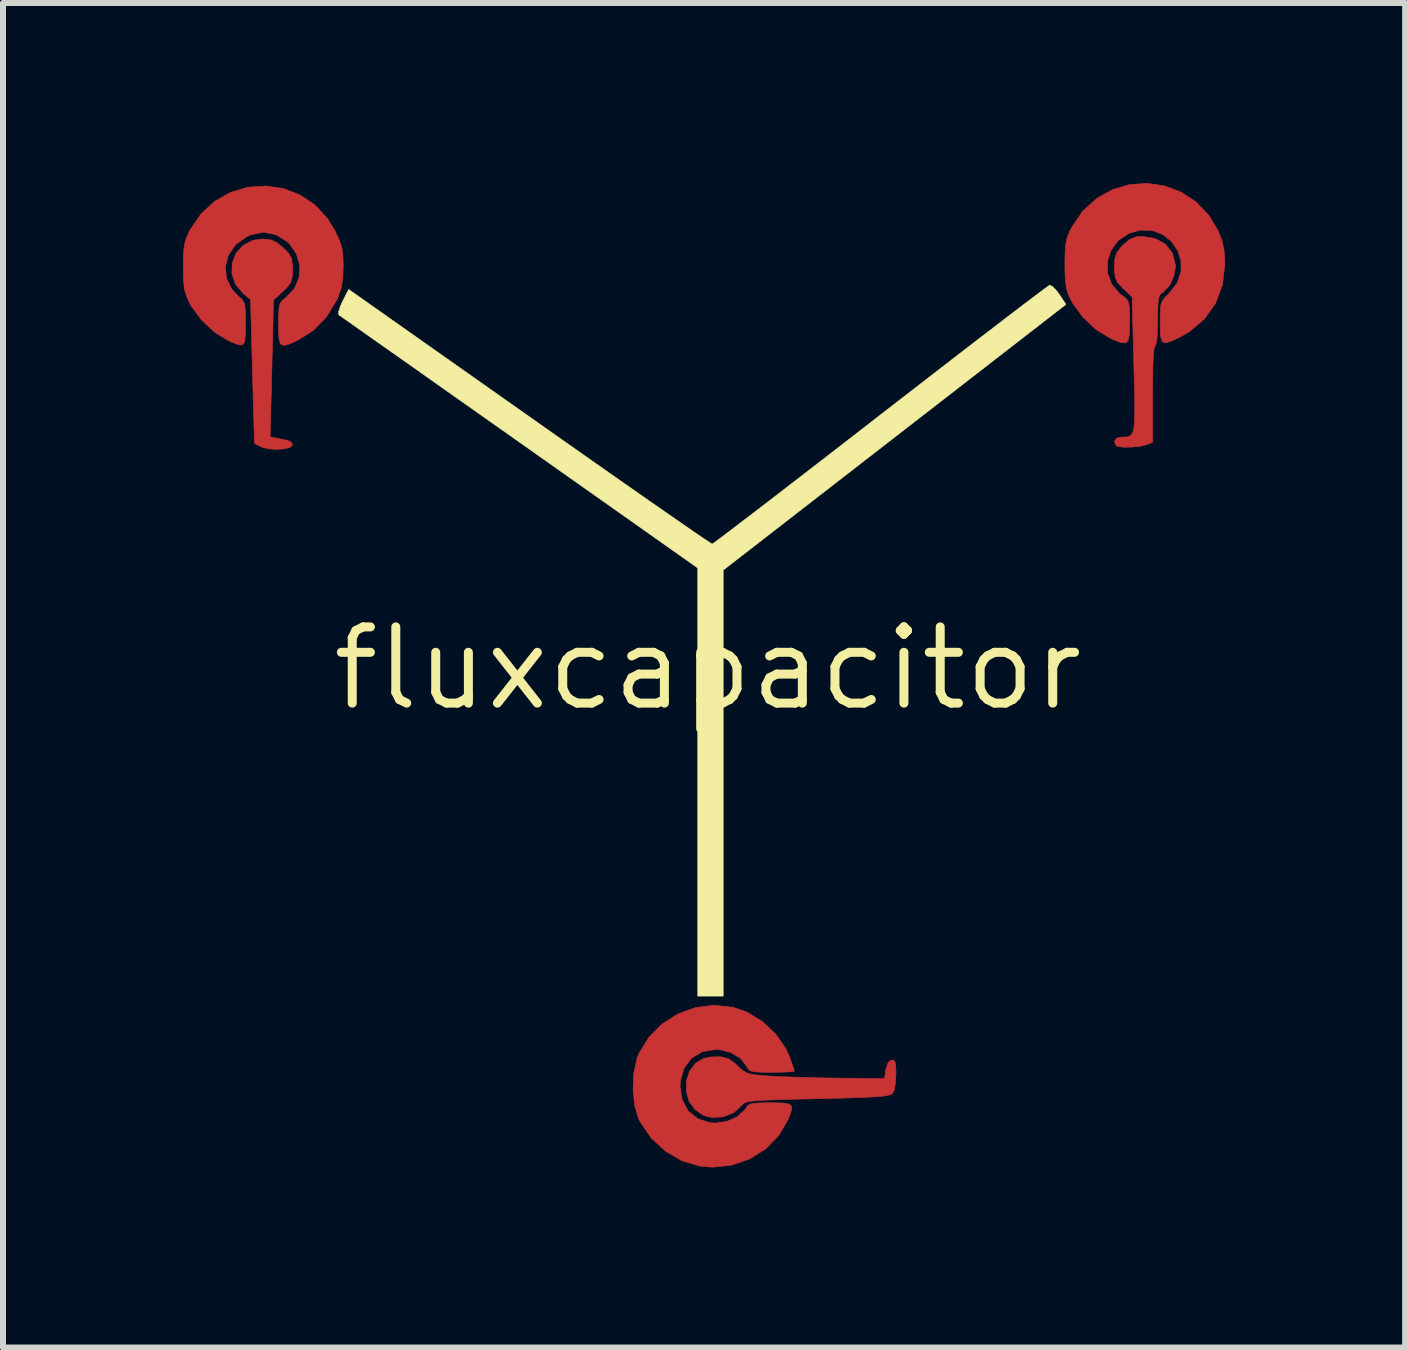
<source format=kicad_pcb>
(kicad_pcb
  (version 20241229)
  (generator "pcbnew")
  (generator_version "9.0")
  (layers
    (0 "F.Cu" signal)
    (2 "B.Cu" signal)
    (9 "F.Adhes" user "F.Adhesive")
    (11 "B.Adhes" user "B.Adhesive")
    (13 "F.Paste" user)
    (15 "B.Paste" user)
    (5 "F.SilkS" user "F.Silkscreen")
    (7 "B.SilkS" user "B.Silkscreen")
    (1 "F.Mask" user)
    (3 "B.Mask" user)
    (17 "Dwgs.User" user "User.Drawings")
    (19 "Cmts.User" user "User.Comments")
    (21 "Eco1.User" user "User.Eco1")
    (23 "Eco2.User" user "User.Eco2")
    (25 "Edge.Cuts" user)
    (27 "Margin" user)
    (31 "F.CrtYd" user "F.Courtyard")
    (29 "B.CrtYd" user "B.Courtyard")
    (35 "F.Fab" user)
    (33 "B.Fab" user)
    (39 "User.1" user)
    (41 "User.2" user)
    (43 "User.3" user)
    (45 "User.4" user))
  (footprint "fluxcapacitor"
    (layer "F.Cu")
    (at 8.746 8.086)
    (property "Reference" "fluxcapacitor" (at 0 0 0) (layer "F.SilkS") (effects (font (size 1.27 1.27) (thickness 0.15))))
    (attr through_hole)
    (fp_poly (pts (xy -7.291 -7.142) (xy -7.184 -7.095) (xy -7.08 -7.009) (xy -6.984 -6.913) (xy -6.937 -6.827) (xy -6.922 -6.712) (xy -6.921 -6.646) (xy -6.928 -6.508) (xy -6.959 -6.415) (xy -7.033 -6.327) (xy -7.08 -6.283) (xy -7.238 -6.138) (xy -7.266 -4.998) (xy -7.295 -3.857) (xy -7.193 -3.835) (xy -7.075 -3.812) (xy -7.006 -3.8) (xy -6.937 -3.764) (xy -6.921 -3.725) (xy -6.959 -3.684) (xy -7.054 -3.658) (xy -7.182 -3.648) (xy -7.315 -3.657) (xy -7.429 -3.684) (xy -7.451 -3.694) (xy -7.556 -3.749) (xy -7.589 -4.947) (xy -7.621 -6.145) (xy -7.745 -6.249) (xy -7.873 -6.403) (xy -7.932 -6.576) (xy -7.926 -6.752) (xy -7.863 -6.914) (xy -7.747 -7.046) (xy -7.585 -7.131) (xy -7.426 -7.154) (xy -7.291 -7.142)) (stroke (width 0.01) (type solid)) (fill yes) (layer "F.Cu"))
    (fp_poly (pts (xy 0.338 6.504) (xy 0.447 6.579) (xy 0.492 6.622) (xy 0.566 6.691) (xy 0.634 6.736) (xy 0.719 6.763) (xy 0.845 6.78) (xy 1.028 6.794) (xy 1.205 6.803) (xy 1.442 6.812) (xy 1.716 6.82) (xy 2.002 6.826) (xy 2.18 6.828) (xy 2.942 6.837) (xy 2.963 6.689) (xy 3.001 6.57) (xy 3.059 6.527) (xy 3.1 6.531) (xy 3.123 6.572) (xy 3.132 6.671) (xy 3.133 6.762) (xy 3.124 6.909) (xy 3.102 7.028) (xy 3.08 7.078) (xy 3.053 7.098) (xy 3.003 7.114) (xy 2.92 7.128) (xy 2.795 7.139) (xy 2.619 7.148) (xy 2.383 7.157) (xy 2.077 7.165) (xy 1.824 7.171) (xy 1.473 7.179) (xy 1.197 7.186) (xy 0.986 7.194) (xy 0.831 7.202) (xy 0.722 7.213) (xy 0.65 7.226) (xy 0.605 7.242) (xy 0.577 7.264) (xy 0.562 7.282) (xy 0.43 7.403) (xy 0.254 7.473) (xy 0.064 7.484) (xy -0.064 7.453) (xy -0.216 7.352) (xy -0.315 7.211) (xy -0.361 7.046) (xy -0.358 6.875) (xy -0.307 6.715) (xy -0.209 6.583) (xy -0.067 6.498) (xy 0.042 6.476) (xy 0.214 6.473) (xy 0.338 6.504)) (stroke (width 0.01) (type solid)) (fill yes) (layer "F.Cu"))
    (fp_poly (pts (xy 7.454 -7.162) (xy 7.625 -7.066) (xy 7.74 -6.916) (xy 7.788 -6.722) (xy 7.789 -6.689) (xy 7.762 -6.529) (xy 7.692 -6.38) (xy 7.595 -6.276) (xy 7.577 -6.265) (xy 7.538 -6.236) (xy 7.514 -6.188) (xy 7.5 -6.103) (xy 7.494 -5.965) (xy 7.493 -5.798) (xy 7.489 -5.602) (xy 7.478 -5.46) (xy 7.46 -5.385) (xy 7.451 -5.376) (xy 7.435 -5.335) (xy 7.422 -5.214) (xy 7.414 -5.019) (xy 7.409 -4.756) (xy 7.408 -4.571) (xy 7.408 -3.766) (xy 7.3 -3.724) (xy 7.194 -3.699) (xy 7.059 -3.686) (xy 6.927 -3.685) (xy 6.83 -3.698) (xy 6.802 -3.711) (xy 6.77 -3.781) (xy 6.811 -3.835) (xy 6.89 -3.853) (xy 6.959 -3.854) (xy 7.013 -3.862) (xy 7.054 -3.887) (xy 7.082 -3.938) (xy 7.1 -4.023) (xy 7.11 -4.152) (xy 7.112 -4.334) (xy 7.109 -4.579) (xy 7.101 -4.895) (xy 7.097 -5.059) (xy 7.068 -6.188) (xy 6.921 -6.327) (xy 6.831 -6.421) (xy 6.788 -6.508) (xy 6.774 -6.627) (xy 6.773 -6.687) (xy 6.781 -6.83) (xy 6.813 -6.927) (xy 6.886 -7.02) (xy 6.917 -7.053) (xy 7.028 -7.147) (xy 7.134 -7.189) (xy 7.237 -7.197) (xy 7.454 -7.162)) (stroke (width 0.01) (type solid)) (fill yes) (layer "F.Cu"))
    (fp_poly (pts (xy 0.415 5.648) (xy 0.651 5.729) (xy 0.908 5.885) (xy 1.13 6.095) (xy 1.298 6.338) (xy 1.352 6.459) (xy 1.399 6.587) (xy 1.431 6.679) (xy 1.439 6.711) (xy 1.4 6.72) (xy 1.295 6.727) (xy 1.144 6.731) (xy 1.065 6.731) (xy 0.885 6.73) (xy 0.772 6.722) (xy 0.705 6.705) (xy 0.668 6.672) (xy 0.643 6.625) (xy 0.541 6.496) (xy 0.383 6.401) (xy 0.191 6.354) (xy 0.127 6.35) (xy -0.094 6.388) (xy -0.271 6.493) (xy -0.396 6.657) (xy -0.459 6.869) (xy -0.465 6.964) (xy -0.429 7.192) (xy -0.328 7.376) (xy -0.17 7.506) (xy 0.035 7.571) (xy 0.127 7.577) (xy 0.319 7.548) (xy 0.49 7.471) (xy 0.613 7.359) (xy 0.634 7.326) (xy 0.666 7.283) (xy 0.718 7.257) (xy 0.809 7.244) (xy 0.959 7.239) (xy 1.039 7.239) (xy 1.226 7.242) (xy 1.34 7.257) (xy 1.391 7.295) (xy 1.391 7.366) (xy 1.35 7.48) (xy 1.336 7.516) (xy 1.179 7.786) (xy 0.961 8.008) (xy 0.696 8.174) (xy 0.396 8.278) (xy 0.075 8.312) (xy -0.13 8.295) (xy -0.428 8.207) (xy -0.705 8.047) (xy -0.942 7.829) (xy -1.124 7.565) (xy -1.157 7.498) (xy -1.221 7.282) (xy -1.247 7.023) (xy -1.235 6.756) (xy -1.186 6.514) (xy -1.152 6.425) (xy -0.985 6.149) (xy -0.762 5.925) (xy -0.498 5.758) (xy -0.204 5.652) (xy 0.105 5.614) (xy 0.415 5.648)) (stroke (width 0.01) (type solid)) (fill yes) (layer "F.Cu"))
    (fp_poly (pts (xy 7.607 -8.039) (xy 7.884 -7.935) (xy 8.135 -7.77) (xy 8.35 -7.542) (xy 8.501 -7.288) (xy 8.566 -7.124) (xy 8.6 -6.965) (xy 8.612 -6.771) (xy 8.612 -6.731) (xy 8.573 -6.39) (xy 8.459 -6.085) (xy 8.274 -5.823) (xy 8.021 -5.609) (xy 7.874 -5.524) (xy 7.719 -5.45) (xy 7.621 -5.422) (xy 7.566 -5.449) (xy 7.541 -5.54) (xy 7.535 -5.705) (xy 7.535 -5.765) (xy 7.537 -5.937) (xy 7.546 -6.048) (xy 7.571 -6.123) (xy 7.618 -6.184) (xy 7.68 -6.243) (xy 7.817 -6.416) (xy 7.882 -6.601) (xy 7.883 -6.788) (xy 7.827 -6.963) (xy 7.723 -7.114) (xy 7.579 -7.229) (xy 7.403 -7.296) (xy 7.203 -7.302) (xy 7.016 -7.248) (xy 6.835 -7.128) (xy 6.715 -6.965) (xy 6.656 -6.778) (xy 6.66 -6.583) (xy 6.729 -6.398) (xy 6.865 -6.239) (xy 6.919 -6.199) (xy 6.972 -6.159) (xy 7.004 -6.109) (xy 7.021 -6.03) (xy 7.027 -5.9) (xy 7.027 -5.774) (xy 7.024 -5.585) (xy 7.006 -5.471) (xy 6.963 -5.422) (xy 6.881 -5.428) (xy 6.75 -5.479) (xy 6.704 -5.5) (xy 6.468 -5.645) (xy 6.251 -5.847) (xy 6.081 -6.079) (xy 6.061 -6.114) (xy 6.006 -6.229) (xy 5.973 -6.335) (xy 5.955 -6.46) (xy 5.949 -6.631) (xy 5.948 -6.731) (xy 5.951 -6.932) (xy 5.963 -7.074) (xy 5.989 -7.186) (xy 6.033 -7.293) (xy 6.061 -7.347) (xy 6.247 -7.62) (xy 6.478 -7.83) (xy 6.74 -7.976) (xy 7.024 -8.06) (xy 7.317 -8.081) (xy 7.607 -8.039)) (stroke (width 0.01) (type solid)) (fill yes) (layer "F.Cu"))
    (fp_poly (pts (xy -7.083 -7.997) (xy -6.807 -7.893) (xy -6.556 -7.728) (xy -6.343 -7.5) (xy -6.224 -7.306) (xy -6.144 -7.141) (xy -6.1 -7.007) (xy -6.081 -6.867) (xy -6.077 -6.694) (xy -6.085 -6.489) (xy -6.114 -6.327) (xy -6.172 -6.169) (xy -6.188 -6.132) (xy -6.356 -5.857) (xy -6.578 -5.629) (xy -6.828 -5.47) (xy -6.976 -5.403) (xy -7.071 -5.379) (xy -7.125 -5.408) (xy -7.148 -5.498) (xy -7.154 -5.659) (xy -7.154 -5.733) (xy -7.153 -5.908) (xy -7.145 -6.02) (xy -7.124 -6.089) (xy -7.084 -6.138) (xy -7.031 -6.178) (xy -6.89 -6.326) (xy -6.813 -6.509) (xy -6.801 -6.709) (xy -6.855 -6.905) (xy -6.974 -7.076) (xy -7.003 -7.104) (xy -7.198 -7.227) (xy -7.404 -7.267) (xy -7.62 -7.223) (xy -7.692 -7.19) (xy -7.873 -7.057) (xy -7.99 -6.886) (xy -8.04 -6.695) (xy -8.022 -6.5) (xy -7.935 -6.317) (xy -7.811 -6.189) (xy -7.759 -6.142) (xy -7.728 -6.087) (xy -7.711 -6.002) (xy -7.705 -5.869) (xy -7.705 -5.741) (xy -7.707 -5.553) (xy -7.72 -5.44) (xy -7.755 -5.389) (xy -7.823 -5.391) (xy -7.934 -5.435) (xy -7.986 -5.458) (xy -8.222 -5.603) (xy -8.439 -5.805) (xy -8.609 -6.037) (xy -8.629 -6.072) (xy -8.683 -6.186) (xy -8.717 -6.292) (xy -8.735 -6.418) (xy -8.741 -6.588) (xy -8.741 -6.689) (xy -8.739 -6.889) (xy -8.727 -7.032) (xy -8.701 -7.143) (xy -8.656 -7.25) (xy -8.629 -7.305) (xy -8.443 -7.576) (xy -8.213 -7.785) (xy -7.951 -7.932) (xy -7.667 -8.016) (xy -7.374 -8.037) (xy -7.083 -7.997)) (stroke (width 0.01) (type solid)) (fill yes) (layer "F.Cu"))
    (fp_poly (pts (xy -7.291 -7.142) (xy -7.184 -7.095) (xy -7.08 -7.009) (xy -6.984 -6.913) (xy -6.937 -6.827) (xy -6.922 -6.712) (xy -6.921 -6.646) (xy -6.928 -6.508) (xy -6.959 -6.415) (xy -7.033 -6.327) (xy -7.08 -6.283) (xy -7.238 -6.138) (xy -7.266 -4.998) (xy -7.295 -3.857) (xy -7.193 -3.835) (xy -7.075 -3.812) (xy -7.006 -3.8) (xy -6.937 -3.764) (xy -6.921 -3.725) (xy -6.959 -3.684) (xy -7.054 -3.658) (xy -7.182 -3.648) (xy -7.315 -3.657) (xy -7.429 -3.684) (xy -7.451 -3.694) (xy -7.556 -3.749) (xy -7.589 -4.947) (xy -7.621 -6.145) (xy -7.745 -6.249) (xy -7.873 -6.403) (xy -7.932 -6.576) (xy -7.926 -6.752) (xy -7.863 -6.914) (xy -7.747 -7.046) (xy -7.585 -7.131) (xy -7.426 -7.154) (xy -7.291 -7.142)) (stroke (width 0.01) (type solid)) (fill yes) (layer "F.Mask"))
    (fp_poly (pts (xy 0.338 6.504) (xy 0.447 6.579) (xy 0.492 6.622) (xy 0.566 6.691) (xy 0.634 6.736) (xy 0.719 6.763) (xy 0.845 6.78) (xy 1.028 6.794) (xy 1.205 6.803) (xy 1.442 6.812) (xy 1.716 6.82) (xy 2.002 6.826) (xy 2.18 6.828) (xy 2.942 6.837) (xy 2.963 6.689) (xy 3.001 6.57) (xy 3.059 6.527) (xy 3.1 6.531) (xy 3.123 6.572) (xy 3.132 6.671) (xy 3.133 6.762) (xy 3.124 6.909) (xy 3.102 7.028) (xy 3.08 7.078) (xy 3.053 7.098) (xy 3.003 7.114) (xy 2.92 7.128) (xy 2.795 7.139) (xy 2.619 7.148) (xy 2.383 7.157) (xy 2.077 7.165) (xy 1.824 7.171) (xy 1.473 7.179) (xy 1.197 7.186) (xy 0.986 7.194) (xy 0.831 7.202) (xy 0.722 7.213) (xy 0.65 7.226) (xy 0.605 7.242) (xy 0.577 7.264) (xy 0.562 7.282) (xy 0.43 7.403) (xy 0.254 7.473) (xy 0.064 7.484) (xy -0.064 7.453) (xy -0.216 7.352) (xy -0.315 7.211) (xy -0.361 7.046) (xy -0.358 6.875) (xy -0.307 6.715) (xy -0.209 6.583) (xy -0.067 6.498) (xy 0.042 6.476) (xy 0.214 6.473) (xy 0.338 6.504)) (stroke (width 0.01) (type solid)) (fill yes) (layer "F.Mask"))
    (fp_poly (pts (xy 7.454 -7.162) (xy 7.625 -7.066) (xy 7.74 -6.916) (xy 7.788 -6.722) (xy 7.789 -6.689) (xy 7.762 -6.529) (xy 7.692 -6.38) (xy 7.595 -6.276) (xy 7.577 -6.265) (xy 7.538 -6.236) (xy 7.514 -6.188) (xy 7.5 -6.103) (xy 7.494 -5.965) (xy 7.493 -5.798) (xy 7.489 -5.602) (xy 7.478 -5.46) (xy 7.46 -5.385) (xy 7.451 -5.376) (xy 7.435 -5.335) (xy 7.422 -5.214) (xy 7.414 -5.019) (xy 7.409 -4.756) (xy 7.408 -4.571) (xy 7.408 -3.766) (xy 7.3 -3.724) (xy 7.194 -3.699) (xy 7.059 -3.686) (xy 6.927 -3.685) (xy 6.83 -3.698) (xy 6.802 -3.711) (xy 6.77 -3.781) (xy 6.811 -3.835) (xy 6.89 -3.853) (xy 6.959 -3.854) (xy 7.013 -3.862) (xy 7.054 -3.887) (xy 7.082 -3.938) (xy 7.1 -4.023) (xy 7.11 -4.152) (xy 7.112 -4.334) (xy 7.109 -4.579) (xy 7.101 -4.895) (xy 7.097 -5.059) (xy 7.068 -6.188) (xy 6.921 -6.327) (xy 6.831 -6.421) (xy 6.788 -6.508) (xy 6.774 -6.627) (xy 6.773 -6.687) (xy 6.781 -6.83) (xy 6.813 -6.927) (xy 6.886 -7.02) (xy 6.917 -7.053) (xy 7.028 -7.147) (xy 7.134 -7.189) (xy 7.237 -7.197) (xy 7.454 -7.162)) (stroke (width 0.01) (type solid)) (fill yes) (layer "F.Mask"))
    (fp_poly (pts (xy 0.415 5.648) (xy 0.651 5.729) (xy 0.908 5.885) (xy 1.13 6.095) (xy 1.298 6.338) (xy 1.352 6.459) (xy 1.399 6.587) (xy 1.431 6.679) (xy 1.439 6.711) (xy 1.4 6.72) (xy 1.295 6.727) (xy 1.144 6.731) (xy 1.065 6.731) (xy 0.885 6.73) (xy 0.772 6.722) (xy 0.705 6.705) (xy 0.668 6.672) (xy 0.643 6.625) (xy 0.541 6.496) (xy 0.383 6.401) (xy 0.191 6.354) (xy 0.127 6.35) (xy -0.094 6.388) (xy -0.271 6.493) (xy -0.396 6.657) (xy -0.459 6.869) (xy -0.465 6.964) (xy -0.429 7.192) (xy -0.328 7.376) (xy -0.17 7.506) (xy 0.035 7.571) (xy 0.127 7.577) (xy 0.319 7.548) (xy 0.49 7.471) (xy 0.613 7.359) (xy 0.634 7.326) (xy 0.666 7.283) (xy 0.718 7.257) (xy 0.809 7.244) (xy 0.959 7.239) (xy 1.039 7.239) (xy 1.226 7.242) (xy 1.34 7.257) (xy 1.391 7.295) (xy 1.391 7.366) (xy 1.35 7.48) (xy 1.336 7.516) (xy 1.179 7.786) (xy 0.961 8.008) (xy 0.696 8.174) (xy 0.396 8.278) (xy 0.075 8.312) (xy -0.13 8.295) (xy -0.428 8.207) (xy -0.705 8.047) (xy -0.942 7.829) (xy -1.124 7.565) (xy -1.157 7.498) (xy -1.221 7.282) (xy -1.247 7.023) (xy -1.235 6.756) (xy -1.186 6.514) (xy -1.152 6.425) (xy -0.985 6.149) (xy -0.762 5.925) (xy -0.498 5.758) (xy -0.204 5.652) (xy 0.105 5.614) (xy 0.415 5.648)) (stroke (width 0.01) (type solid)) (fill yes) (layer "F.Mask"))
    (fp_poly (pts (xy 7.607 -8.039) (xy 7.884 -7.935) (xy 8.135 -7.77) (xy 8.35 -7.542) (xy 8.501 -7.288) (xy 8.566 -7.124) (xy 8.6 -6.965) (xy 8.612 -6.771) (xy 8.612 -6.731) (xy 8.573 -6.39) (xy 8.459 -6.085) (xy 8.274 -5.823) (xy 8.021 -5.609) (xy 7.874 -5.524) (xy 7.719 -5.45) (xy 7.621 -5.422) (xy 7.566 -5.449) (xy 7.541 -5.54) (xy 7.535 -5.705) (xy 7.535 -5.765) (xy 7.537 -5.937) (xy 7.546 -6.048) (xy 7.571 -6.123) (xy 7.618 -6.184) (xy 7.68 -6.243) (xy 7.817 -6.416) (xy 7.882 -6.601) (xy 7.883 -6.788) (xy 7.827 -6.963) (xy 7.723 -7.114) (xy 7.579 -7.229) (xy 7.403 -7.296) (xy 7.203 -7.302) (xy 7.016 -7.248) (xy 6.835 -7.128) (xy 6.715 -6.965) (xy 6.656 -6.778) (xy 6.66 -6.583) (xy 6.729 -6.398) (xy 6.865 -6.239) (xy 6.919 -6.199) (xy 6.972 -6.159) (xy 7.004 -6.109) (xy 7.021 -6.03) (xy 7.027 -5.9) (xy 7.027 -5.774) (xy 7.024 -5.585) (xy 7.006 -5.471) (xy 6.963 -5.422) (xy 6.881 -5.428) (xy 6.75 -5.479) (xy 6.704 -5.5) (xy 6.468 -5.645) (xy 6.251 -5.847) (xy 6.081 -6.079) (xy 6.061 -6.114) (xy 6.006 -6.229) (xy 5.973 -6.335) (xy 5.955 -6.46) (xy 5.949 -6.631) (xy 5.948 -6.731) (xy 5.951 -6.932) (xy 5.963 -7.074) (xy 5.989 -7.186) (xy 6.033 -7.293) (xy 6.061 -7.347) (xy 6.247 -7.62) (xy 6.478 -7.83) (xy 6.74 -7.976) (xy 7.024 -8.06) (xy 7.317 -8.081) (xy 7.607 -8.039)) (stroke (width 0.01) (type solid)) (fill yes) (layer "F.Mask"))
    (fp_poly (pts (xy -7.083 -7.997) (xy -6.807 -7.893) (xy -6.556 -7.728) (xy -6.343 -7.5) (xy -6.224 -7.306) (xy -6.144 -7.141) (xy -6.1 -7.007) (xy -6.081 -6.867) (xy -6.077 -6.694) (xy -6.085 -6.489) (xy -6.114 -6.327) (xy -6.172 -6.169) (xy -6.188 -6.132) (xy -6.356 -5.857) (xy -6.578 -5.629) (xy -6.828 -5.47) (xy -6.976 -5.403) (xy -7.071 -5.379) (xy -7.125 -5.408) (xy -7.148 -5.498) (xy -7.154 -5.659) (xy -7.154 -5.733) (xy -7.153 -5.908) (xy -7.145 -6.02) (xy -7.124 -6.089) (xy -7.084 -6.138) (xy -7.031 -6.178) (xy -6.89 -6.326) (xy -6.813 -6.509) (xy -6.801 -6.709) (xy -6.855 -6.905) (xy -6.974 -7.076) (xy -7.003 -7.104) (xy -7.198 -7.227) (xy -7.404 -7.267) (xy -7.62 -7.223) (xy -7.692 -7.19) (xy -7.873 -7.057) (xy -7.99 -6.886) (xy -8.04 -6.695) (xy -8.022 -6.5) (xy -7.935 -6.317) (xy -7.811 -6.189) (xy -7.759 -6.142) (xy -7.728 -6.087) (xy -7.711 -6.002) (xy -7.705 -5.869) (xy -7.705 -5.741) (xy -7.707 -5.553) (xy -7.72 -5.44) (xy -7.755 -5.389) (xy -7.823 -5.391) (xy -7.934 -5.435) (xy -7.986 -5.458) (xy -8.222 -5.603) (xy -8.439 -5.805) (xy -8.609 -6.037) (xy -8.629 -6.072) (xy -8.683 -6.186) (xy -8.717 -6.292) (xy -8.735 -6.418) (xy -8.741 -6.588) (xy -8.741 -6.689) (xy -8.739 -6.889) (xy -8.727 -7.032) (xy -8.701 -7.143) (xy -8.656 -7.25) (xy -8.629 -7.305) (xy -8.443 -7.576) (xy -8.213 -7.785) (xy -7.951 -7.932) (xy -7.667 -8.016) (xy -7.374 -8.037) (xy -7.083 -7.997)) (stroke (width 0.01) (type solid)) (fill yes) (layer "F.Mask"))
    (fp_poly (pts (xy 5.745 -6.359) (xy 5.817 -6.281) (xy 5.854 -6.23) (xy 5.964 -6.064) (xy 0.254 -1.637) (xy 0.254 5.461) (xy -0.169 5.461) (xy -0.169 -1.672) (xy -3.139 -3.768) (xy -3.587 -4.084) (xy -4.015 -4.386) (xy -4.419 -4.67) (xy -4.792 -4.934) (xy -5.131 -5.173) (xy -5.43 -5.383) (xy -5.684 -5.562) (xy -5.888 -5.706) (xy -6.037 -5.811) (xy -6.125 -5.873) (xy -6.149 -5.889) (xy -6.154 -5.938) (xy -6.122 -6.037) (xy -6.087 -6.114) (xy -5.986 -6.313) (xy -2.974 -4.19) (xy -2.524 -3.873) (xy -2.093 -3.57) (xy -1.687 -3.285) (xy -1.31 -3.021) (xy -0.968 -2.782) (xy -0.666 -2.572) (xy -0.409 -2.394) (xy -0.202 -2.251) (xy -0.049 -2.148) (xy 0.044 -2.086) (xy 0.071 -2.07) (xy 0.109 -2.096) (xy 0.209 -2.17) (xy 0.366 -2.289) (xy 0.574 -2.448) (xy 0.83 -2.643) (xy 1.127 -2.871) (xy 1.461 -3.129) (xy 1.827 -3.411) (xy 2.22 -3.715) (xy 2.634 -4.036) (xy 2.875 -4.223) (xy 3.3 -4.552) (xy 3.707 -4.867) (xy 4.089 -5.162) (xy 4.443 -5.435) (xy 4.763 -5.68) (xy 5.044 -5.896) (xy 5.282 -6.077) (xy 5.47 -6.219) (xy 5.604 -6.32) (xy 5.68 -6.375) (xy 5.694 -6.384) (xy 5.745 -6.359)) (stroke (width 0.01) (type solid)) (fill yes) (layer "F.SilkS")))
  (gr_rect
    (start -3 -3)
    (end 20.363 19.403)
    (stroke (width 0.1) (type default))
    (fill no)
    (layer "Edge.Cuts")))
</source>
